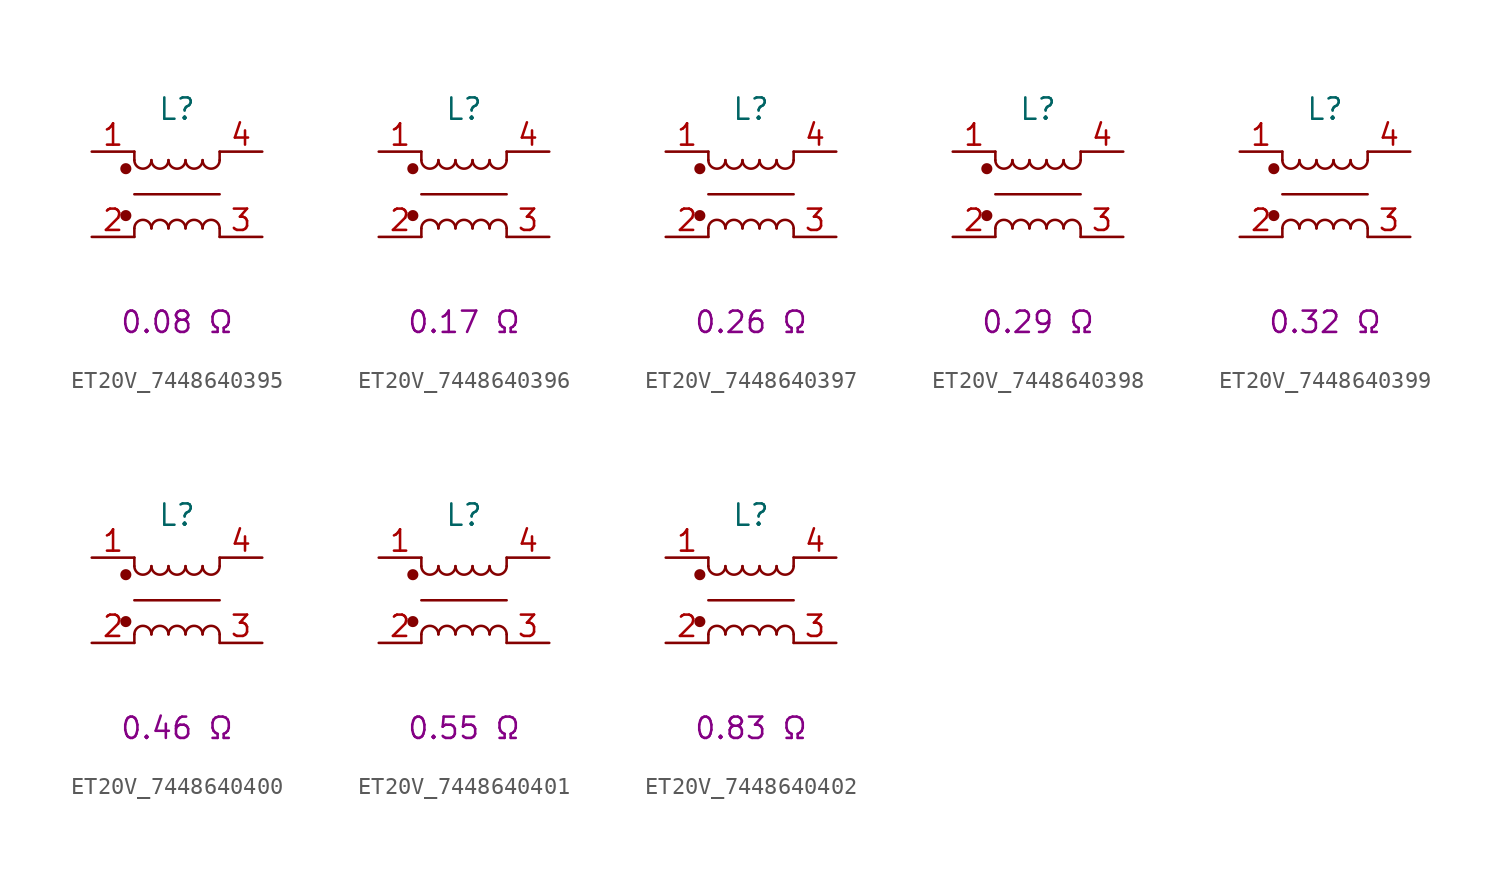
<source format=kicad_sym>
(kicad_symbol_lib
  (version 20220914)
  (generator kicad_symbol_editor)
  (symbol "ET20V_7448640395"
    (pin_names hide)
    (property "Reference" "L"
      (at 0 5.08 0)
      (effects (font (size 1.27 1.27))))
    (property "Critical Parameter" "0.08 Ω"
      (at 0 -7.62 0)
      (effects (font (size 1.27 1.27))))
    (symbol "ET20V_7448640395_0_1"
      (circle (center -3.048 -1.27) (radius 0.254) (stroke (width 0) (type default)) (fill (type outline)))
      (circle (center -3.048 1.524) (radius 0.254) (stroke (width 0) (type default)) (fill (type outline)))
      (arc (start -2.54 2.032) (mid -2.032 1.5262) (end -1.524 2.032) (stroke (width 0) (type default)) (fill (type none)))
      (arc (start -1.524 -2.032) (mid -2.032 -1.5262) (end -2.54 -2.032) (stroke (width 0) (type default)) (fill (type none)))
      (arc (start -1.524 2.032) (mid -1.016 1.5262) (end -0.508 2.032) (stroke (width 0) (type default)) (fill (type none)))
      (arc (start -0.508 -2.032) (mid -1.016 -1.5262) (end -1.524 -2.032) (stroke (width 0) (type default)) (fill (type none)))
      (arc (start -0.508 2.032) (mid 0 1.5262) (end 0.508 2.032) (stroke (width 0) (type default)) (fill (type none)))
      (polyline (pts (xy -2.54 -2.032) (xy -2.54 -2.54)) (stroke (width 0) (type default)) (fill (type none)))
      (polyline (pts (xy -2.54 2.032) (xy -2.54 2.54)) (stroke (width 0) (type default)) (fill (type none)))
      (polyline (pts (xy 2.54 -2.032) (xy 2.54 -2.54)) (stroke (width 0) (type default)) (fill (type none)))
      (polyline (pts (xy 2.54 0) (xy -2.54 0)) (stroke (width 0) (type default)) (fill (type none)))
      (polyline (pts (xy 2.54 2.54) (xy 2.54 2.032)) (stroke (width 0) (type default)) (fill (type none)))
      (arc (start 0.508 -2.032) (mid 0 -1.5262) (end -0.508 -2.032) (stroke (width 0) (type default)) (fill (type none)))
      (arc (start 0.508 2.032) (mid 1.016 1.5262) (end 1.524 2.032) (stroke (width 0) (type default)) (fill (type none)))
      (arc (start 1.524 -2.032) (mid 1.016 -1.5262) (end 0.508 -2.032) (stroke (width 0) (type default)) (fill (type none)))
      (arc (start 1.524 2.032) (mid 2.032 1.5262) (end 2.54 2.032) (stroke (width 0) (type default)) (fill (type none)))
      (arc (start 2.54 -2.032) (mid 2.032 -1.5262) (end 1.524 -2.032) (stroke (width 0) (type default)) (fill (type none))))
    (symbol "ET20V_7448640395_1_1"
      (pin passive line (at -5.08 2.54 0) (length 2.54) (name "1" (effects (font (size 1.27 1.27)))) (number "1" (effects (font (size 1.27 1.27)))))
      (pin passive line (at -5.08 -2.54 0) (length 2.54) (name "2" (effects (font (size 1.27 1.27)))) (number "2" (effects (font (size 1.27 1.27)))))
      (pin passive line (at 5.08 -2.54 180) (length 2.54) (name "3" (effects (font (size 1.27 1.27)))) (number "3" (effects (font (size 1.27 1.27)))))
      (pin passive line (at 5.08 2.54 180) (length 2.54) (name "4" (effects (font (size 1.27 1.27)))) (number "4" (effects (font (size 1.27 1.27)))))))
  (symbol "ET20V_7448640396"
    (pin_names hide)
    (property "Reference" "L"
      (at 0 5.08 0)
      (effects (font (size 1.27 1.27))))
    (property "Critical Parameter" "0.17 Ω"
      (at 0 -7.62 0)
      (effects (font (size 1.27 1.27))))
    (symbol "ET20V_7448640396_0_1"
      (circle (center -3.048 -1.27) (radius 0.254) (stroke (width 0) (type default)) (fill (type outline)))
      (circle (center -3.048 1.524) (radius 0.254) (stroke (width 0) (type default)) (fill (type outline)))
      (arc (start -2.54 2.032) (mid -2.032 1.5262) (end -1.524 2.032) (stroke (width 0) (type default)) (fill (type none)))
      (arc (start -1.524 -2.032) (mid -2.032 -1.5262) (end -2.54 -2.032) (stroke (width 0) (type default)) (fill (type none)))
      (arc (start -1.524 2.032) (mid -1.016 1.5262) (end -0.508 2.032) (stroke (width 0) (type default)) (fill (type none)))
      (arc (start -0.508 -2.032) (mid -1.016 -1.5262) (end -1.524 -2.032) (stroke (width 0) (type default)) (fill (type none)))
      (arc (start -0.508 2.032) (mid 0 1.5262) (end 0.508 2.032) (stroke (width 0) (type default)) (fill (type none)))
      (polyline (pts (xy -2.54 -2.032) (xy -2.54 -2.54)) (stroke (width 0) (type default)) (fill (type none)))
      (polyline (pts (xy -2.54 2.032) (xy -2.54 2.54)) (stroke (width 0) (type default)) (fill (type none)))
      (polyline (pts (xy 2.54 -2.032) (xy 2.54 -2.54)) (stroke (width 0) (type default)) (fill (type none)))
      (polyline (pts (xy 2.54 0) (xy -2.54 0)) (stroke (width 0) (type default)) (fill (type none)))
      (polyline (pts (xy 2.54 2.54) (xy 2.54 2.032)) (stroke (width 0) (type default)) (fill (type none)))
      (arc (start 0.508 -2.032) (mid 0 -1.5262) (end -0.508 -2.032) (stroke (width 0) (type default)) (fill (type none)))
      (arc (start 0.508 2.032) (mid 1.016 1.5262) (end 1.524 2.032) (stroke (width 0) (type default)) (fill (type none)))
      (arc (start 1.524 -2.032) (mid 1.016 -1.5262) (end 0.508 -2.032) (stroke (width 0) (type default)) (fill (type none)))
      (arc (start 1.524 2.032) (mid 2.032 1.5262) (end 2.54 2.032) (stroke (width 0) (type default)) (fill (type none)))
      (arc (start 2.54 -2.032) (mid 2.032 -1.5262) (end 1.524 -2.032) (stroke (width 0) (type default)) (fill (type none))))
    (symbol "ET20V_7448640396_1_1"
      (pin passive line (at -5.08 2.54 0) (length 2.54) (name "1" (effects (font (size 1.27 1.27)))) (number "1" (effects (font (size 1.27 1.27)))))
      (pin passive line (at -5.08 -2.54 0) (length 2.54) (name "2" (effects (font (size 1.27 1.27)))) (number "2" (effects (font (size 1.27 1.27)))))
      (pin passive line (at 5.08 -2.54 180) (length 2.54) (name "3" (effects (font (size 1.27 1.27)))) (number "3" (effects (font (size 1.27 1.27)))))
      (pin passive line (at 5.08 2.54 180) (length 2.54) (name "4" (effects (font (size 1.27 1.27)))) (number "4" (effects (font (size 1.27 1.27)))))))
  (symbol "ET20V_7448640397"
    (pin_names hide)
    (property "Reference" "L"
      (at 0 5.08 0)
      (effects (font (size 1.27 1.27))))
    (property "Critical Parameter" "0.26 Ω"
      (at 0 -7.62 0)
      (effects (font (size 1.27 1.27))))
    (symbol "ET20V_7448640397_0_1"
      (circle (center -3.048 -1.27) (radius 0.254) (stroke (width 0) (type default)) (fill (type outline)))
      (circle (center -3.048 1.524) (radius 0.254) (stroke (width 0) (type default)) (fill (type outline)))
      (arc (start -2.54 2.032) (mid -2.032 1.5262) (end -1.524 2.032) (stroke (width 0) (type default)) (fill (type none)))
      (arc (start -1.524 -2.032) (mid -2.032 -1.5262) (end -2.54 -2.032) (stroke (width 0) (type default)) (fill (type none)))
      (arc (start -1.524 2.032) (mid -1.016 1.5262) (end -0.508 2.032) (stroke (width 0) (type default)) (fill (type none)))
      (arc (start -0.508 -2.032) (mid -1.016 -1.5262) (end -1.524 -2.032) (stroke (width 0) (type default)) (fill (type none)))
      (arc (start -0.508 2.032) (mid 0 1.5262) (end 0.508 2.032) (stroke (width 0) (type default)) (fill (type none)))
      (polyline (pts (xy -2.54 -2.032) (xy -2.54 -2.54)) (stroke (width 0) (type default)) (fill (type none)))
      (polyline (pts (xy -2.54 2.032) (xy -2.54 2.54)) (stroke (width 0) (type default)) (fill (type none)))
      (polyline (pts (xy 2.54 -2.032) (xy 2.54 -2.54)) (stroke (width 0) (type default)) (fill (type none)))
      (polyline (pts (xy 2.54 0) (xy -2.54 0)) (stroke (width 0) (type default)) (fill (type none)))
      (polyline (pts (xy 2.54 2.54) (xy 2.54 2.032)) (stroke (width 0) (type default)) (fill (type none)))
      (arc (start 0.508 -2.032) (mid 0 -1.5262) (end -0.508 -2.032) (stroke (width 0) (type default)) (fill (type none)))
      (arc (start 0.508 2.032) (mid 1.016 1.5262) (end 1.524 2.032) (stroke (width 0) (type default)) (fill (type none)))
      (arc (start 1.524 -2.032) (mid 1.016 -1.5262) (end 0.508 -2.032) (stroke (width 0) (type default)) (fill (type none)))
      (arc (start 1.524 2.032) (mid 2.032 1.5262) (end 2.54 2.032) (stroke (width 0) (type default)) (fill (type none)))
      (arc (start 2.54 -2.032) (mid 2.032 -1.5262) (end 1.524 -2.032) (stroke (width 0) (type default)) (fill (type none))))
    (symbol "ET20V_7448640397_1_1"
      (pin passive line (at -5.08 2.54 0) (length 2.54) (name "1" (effects (font (size 1.27 1.27)))) (number "1" (effects (font (size 1.27 1.27)))))
      (pin passive line (at -5.08 -2.54 0) (length 2.54) (name "2" (effects (font (size 1.27 1.27)))) (number "2" (effects (font (size 1.27 1.27)))))
      (pin passive line (at 5.08 -2.54 180) (length 2.54) (name "3" (effects (font (size 1.27 1.27)))) (number "3" (effects (font (size 1.27 1.27)))))
      (pin passive line (at 5.08 2.54 180) (length 2.54) (name "4" (effects (font (size 1.27 1.27)))) (number "4" (effects (font (size 1.27 1.27)))))))
  (symbol "ET20V_7448640398"
    (pin_names hide)
    (property "Reference" "L"
      (at 0 5.08 0)
      (effects (font (size 1.27 1.27))))
    (property "Critical Parameter" "0.29 Ω"
      (at 0 -7.62 0)
      (effects (font (size 1.27 1.27))))
    (symbol "ET20V_7448640398_0_1"
      (circle (center -3.048 -1.27) (radius 0.254) (stroke (width 0) (type default)) (fill (type outline)))
      (circle (center -3.048 1.524) (radius 0.254) (stroke (width 0) (type default)) (fill (type outline)))
      (arc (start -2.54 2.032) (mid -2.032 1.5262) (end -1.524 2.032) (stroke (width 0) (type default)) (fill (type none)))
      (arc (start -1.524 -2.032) (mid -2.032 -1.5262) (end -2.54 -2.032) (stroke (width 0) (type default)) (fill (type none)))
      (arc (start -1.524 2.032) (mid -1.016 1.5262) (end -0.508 2.032) (stroke (width 0) (type default)) (fill (type none)))
      (arc (start -0.508 -2.032) (mid -1.016 -1.5262) (end -1.524 -2.032) (stroke (width 0) (type default)) (fill (type none)))
      (arc (start -0.508 2.032) (mid 0 1.5262) (end 0.508 2.032) (stroke (width 0) (type default)) (fill (type none)))
      (polyline (pts (xy -2.54 -2.032) (xy -2.54 -2.54)) (stroke (width 0) (type default)) (fill (type none)))
      (polyline (pts (xy -2.54 2.032) (xy -2.54 2.54)) (stroke (width 0) (type default)) (fill (type none)))
      (polyline (pts (xy 2.54 -2.032) (xy 2.54 -2.54)) (stroke (width 0) (type default)) (fill (type none)))
      (polyline (pts (xy 2.54 0) (xy -2.54 0)) (stroke (width 0) (type default)) (fill (type none)))
      (polyline (pts (xy 2.54 2.54) (xy 2.54 2.032)) (stroke (width 0) (type default)) (fill (type none)))
      (arc (start 0.508 -2.032) (mid 0 -1.5262) (end -0.508 -2.032) (stroke (width 0) (type default)) (fill (type none)))
      (arc (start 0.508 2.032) (mid 1.016 1.5262) (end 1.524 2.032) (stroke (width 0) (type default)) (fill (type none)))
      (arc (start 1.524 -2.032) (mid 1.016 -1.5262) (end 0.508 -2.032) (stroke (width 0) (type default)) (fill (type none)))
      (arc (start 1.524 2.032) (mid 2.032 1.5262) (end 2.54 2.032) (stroke (width 0) (type default)) (fill (type none)))
      (arc (start 2.54 -2.032) (mid 2.032 -1.5262) (end 1.524 -2.032) (stroke (width 0) (type default)) (fill (type none))))
    (symbol "ET20V_7448640398_1_1"
      (pin passive line (at -5.08 2.54 0) (length 2.54) (name "1" (effects (font (size 1.27 1.27)))) (number "1" (effects (font (size 1.27 1.27)))))
      (pin passive line (at -5.08 -2.54 0) (length 2.54) (name "2" (effects (font (size 1.27 1.27)))) (number "2" (effects (font (size 1.27 1.27)))))
      (pin passive line (at 5.08 -2.54 180) (length 2.54) (name "3" (effects (font (size 1.27 1.27)))) (number "3" (effects (font (size 1.27 1.27)))))
      (pin passive line (at 5.08 2.54 180) (length 2.54) (name "4" (effects (font (size 1.27 1.27)))) (number "4" (effects (font (size 1.27 1.27)))))))
  (symbol "ET20V_7448640399"
    (pin_names hide)
    (property "Reference" "L"
      (at 0 5.08 0)
      (effects (font (size 1.27 1.27))))
    (property "Critical Parameter" "0.32 Ω"
      (at 0 -7.62 0)
      (effects (font (size 1.27 1.27))))
    (symbol "ET20V_7448640399_0_1"
      (circle (center -3.048 -1.27) (radius 0.254) (stroke (width 0) (type default)) (fill (type outline)))
      (circle (center -3.048 1.524) (radius 0.254) (stroke (width 0) (type default)) (fill (type outline)))
      (arc (start -2.54 2.032) (mid -2.032 1.5262) (end -1.524 2.032) (stroke (width 0) (type default)) (fill (type none)))
      (arc (start -1.524 -2.032) (mid -2.032 -1.5262) (end -2.54 -2.032) (stroke (width 0) (type default)) (fill (type none)))
      (arc (start -1.524 2.032) (mid -1.016 1.5262) (end -0.508 2.032) (stroke (width 0) (type default)) (fill (type none)))
      (arc (start -0.508 -2.032) (mid -1.016 -1.5262) (end -1.524 -2.032) (stroke (width 0) (type default)) (fill (type none)))
      (arc (start -0.508 2.032) (mid 0 1.5262) (end 0.508 2.032) (stroke (width 0) (type default)) (fill (type none)))
      (polyline (pts (xy -2.54 -2.032) (xy -2.54 -2.54)) (stroke (width 0) (type default)) (fill (type none)))
      (polyline (pts (xy -2.54 2.032) (xy -2.54 2.54)) (stroke (width 0) (type default)) (fill (type none)))
      (polyline (pts (xy 2.54 -2.032) (xy 2.54 -2.54)) (stroke (width 0) (type default)) (fill (type none)))
      (polyline (pts (xy 2.54 0) (xy -2.54 0)) (stroke (width 0) (type default)) (fill (type none)))
      (polyline (pts (xy 2.54 2.54) (xy 2.54 2.032)) (stroke (width 0) (type default)) (fill (type none)))
      (arc (start 0.508 -2.032) (mid 0 -1.5262) (end -0.508 -2.032) (stroke (width 0) (type default)) (fill (type none)))
      (arc (start 0.508 2.032) (mid 1.016 1.5262) (end 1.524 2.032) (stroke (width 0) (type default)) (fill (type none)))
      (arc (start 1.524 -2.032) (mid 1.016 -1.5262) (end 0.508 -2.032) (stroke (width 0) (type default)) (fill (type none)))
      (arc (start 1.524 2.032) (mid 2.032 1.5262) (end 2.54 2.032) (stroke (width 0) (type default)) (fill (type none)))
      (arc (start 2.54 -2.032) (mid 2.032 -1.5262) (end 1.524 -2.032) (stroke (width 0) (type default)) (fill (type none))))
    (symbol "ET20V_7448640399_1_1"
      (pin passive line (at -5.08 2.54 0) (length 2.54) (name "1" (effects (font (size 1.27 1.27)))) (number "1" (effects (font (size 1.27 1.27)))))
      (pin passive line (at -5.08 -2.54 0) (length 2.54) (name "2" (effects (font (size 1.27 1.27)))) (number "2" (effects (font (size 1.27 1.27)))))
      (pin passive line (at 5.08 -2.54 180) (length 2.54) (name "3" (effects (font (size 1.27 1.27)))) (number "3" (effects (font (size 1.27 1.27)))))
      (pin passive line (at 5.08 2.54 180) (length 2.54) (name "4" (effects (font (size 1.27 1.27)))) (number "4" (effects (font (size 1.27 1.27)))))))
  (symbol "ET20V_7448640400"
    (pin_names hide)
    (property "Reference" "L"
      (at 0 5.08 0)
      (effects (font (size 1.27 1.27))))
    (property "Critical Parameter" "0.46 Ω"
      (at 0 -7.62 0)
      (effects (font (size 1.27 1.27))))
    (symbol "ET20V_7448640400_0_1"
      (circle (center -3.048 -1.27) (radius 0.254) (stroke (width 0) (type default)) (fill (type outline)))
      (circle (center -3.048 1.524) (radius 0.254) (stroke (width 0) (type default)) (fill (type outline)))
      (arc (start -2.54 2.032) (mid -2.032 1.5262) (end -1.524 2.032) (stroke (width 0) (type default)) (fill (type none)))
      (arc (start -1.524 -2.032) (mid -2.032 -1.5262) (end -2.54 -2.032) (stroke (width 0) (type default)) (fill (type none)))
      (arc (start -1.524 2.032) (mid -1.016 1.5262) (end -0.508 2.032) (stroke (width 0) (type default)) (fill (type none)))
      (arc (start -0.508 -2.032) (mid -1.016 -1.5262) (end -1.524 -2.032) (stroke (width 0) (type default)) (fill (type none)))
      (arc (start -0.508 2.032) (mid 0 1.5262) (end 0.508 2.032) (stroke (width 0) (type default)) (fill (type none)))
      (polyline (pts (xy -2.54 -2.032) (xy -2.54 -2.54)) (stroke (width 0) (type default)) (fill (type none)))
      (polyline (pts (xy -2.54 2.032) (xy -2.54 2.54)) (stroke (width 0) (type default)) (fill (type none)))
      (polyline (pts (xy 2.54 -2.032) (xy 2.54 -2.54)) (stroke (width 0) (type default)) (fill (type none)))
      (polyline (pts (xy 2.54 0) (xy -2.54 0)) (stroke (width 0) (type default)) (fill (type none)))
      (polyline (pts (xy 2.54 2.54) (xy 2.54 2.032)) (stroke (width 0) (type default)) (fill (type none)))
      (arc (start 0.508 -2.032) (mid 0 -1.5262) (end -0.508 -2.032) (stroke (width 0) (type default)) (fill (type none)))
      (arc (start 0.508 2.032) (mid 1.016 1.5262) (end 1.524 2.032) (stroke (width 0) (type default)) (fill (type none)))
      (arc (start 1.524 -2.032) (mid 1.016 -1.5262) (end 0.508 -2.032) (stroke (width 0) (type default)) (fill (type none)))
      (arc (start 1.524 2.032) (mid 2.032 1.5262) (end 2.54 2.032) (stroke (width 0) (type default)) (fill (type none)))
      (arc (start 2.54 -2.032) (mid 2.032 -1.5262) (end 1.524 -2.032) (stroke (width 0) (type default)) (fill (type none))))
    (symbol "ET20V_7448640400_1_1"
      (pin passive line (at -5.08 2.54 0) (length 2.54) (name "1" (effects (font (size 1.27 1.27)))) (number "1" (effects (font (size 1.27 1.27)))))
      (pin passive line (at -5.08 -2.54 0) (length 2.54) (name "2" (effects (font (size 1.27 1.27)))) (number "2" (effects (font (size 1.27 1.27)))))
      (pin passive line (at 5.08 -2.54 180) (length 2.54) (name "3" (effects (font (size 1.27 1.27)))) (number "3" (effects (font (size 1.27 1.27)))))
      (pin passive line (at 5.08 2.54 180) (length 2.54) (name "4" (effects (font (size 1.27 1.27)))) (number "4" (effects (font (size 1.27 1.27)))))))
  (symbol "ET20V_7448640401"
    (pin_names hide)
    (property "Reference" "L"
      (at 0 5.08 0)
      (effects (font (size 1.27 1.27))))
    (property "Critical Parameter" "0.55 Ω"
      (at 0 -7.62 0)
      (effects (font (size 1.27 1.27))))
    (symbol "ET20V_7448640401_0_1"
      (circle (center -3.048 -1.27) (radius 0.254) (stroke (width 0) (type default)) (fill (type outline)))
      (circle (center -3.048 1.524) (radius 0.254) (stroke (width 0) (type default)) (fill (type outline)))
      (arc (start -2.54 2.032) (mid -2.032 1.5262) (end -1.524 2.032) (stroke (width 0) (type default)) (fill (type none)))
      (arc (start -1.524 -2.032) (mid -2.032 -1.5262) (end -2.54 -2.032) (stroke (width 0) (type default)) (fill (type none)))
      (arc (start -1.524 2.032) (mid -1.016 1.5262) (end -0.508 2.032) (stroke (width 0) (type default)) (fill (type none)))
      (arc (start -0.508 -2.032) (mid -1.016 -1.5262) (end -1.524 -2.032) (stroke (width 0) (type default)) (fill (type none)))
      (arc (start -0.508 2.032) (mid 0 1.5262) (end 0.508 2.032) (stroke (width 0) (type default)) (fill (type none)))
      (polyline (pts (xy -2.54 -2.032) (xy -2.54 -2.54)) (stroke (width 0) (type default)) (fill (type none)))
      (polyline (pts (xy -2.54 2.032) (xy -2.54 2.54)) (stroke (width 0) (type default)) (fill (type none)))
      (polyline (pts (xy 2.54 -2.032) (xy 2.54 -2.54)) (stroke (width 0) (type default)) (fill (type none)))
      (polyline (pts (xy 2.54 0) (xy -2.54 0)) (stroke (width 0) (type default)) (fill (type none)))
      (polyline (pts (xy 2.54 2.54) (xy 2.54 2.032)) (stroke (width 0) (type default)) (fill (type none)))
      (arc (start 0.508 -2.032) (mid 0 -1.5262) (end -0.508 -2.032) (stroke (width 0) (type default)) (fill (type none)))
      (arc (start 0.508 2.032) (mid 1.016 1.5262) (end 1.524 2.032) (stroke (width 0) (type default)) (fill (type none)))
      (arc (start 1.524 -2.032) (mid 1.016 -1.5262) (end 0.508 -2.032) (stroke (width 0) (type default)) (fill (type none)))
      (arc (start 1.524 2.032) (mid 2.032 1.5262) (end 2.54 2.032) (stroke (width 0) (type default)) (fill (type none)))
      (arc (start 2.54 -2.032) (mid 2.032 -1.5262) (end 1.524 -2.032) (stroke (width 0) (type default)) (fill (type none))))
    (symbol "ET20V_7448640401_1_1"
      (pin passive line (at -5.08 2.54 0) (length 2.54) (name "1" (effects (font (size 1.27 1.27)))) (number "1" (effects (font (size 1.27 1.27)))))
      (pin passive line (at -5.08 -2.54 0) (length 2.54) (name "2" (effects (font (size 1.27 1.27)))) (number "2" (effects (font (size 1.27 1.27)))))
      (pin passive line (at 5.08 -2.54 180) (length 2.54) (name "3" (effects (font (size 1.27 1.27)))) (number "3" (effects (font (size 1.27 1.27)))))
      (pin passive line (at 5.08 2.54 180) (length 2.54) (name "4" (effects (font (size 1.27 1.27)))) (number "4" (effects (font (size 1.27 1.27)))))))
  (symbol "ET20V_7448640402"
    (pin_names hide)
    (property "Reference" "L"
      (at 0 5.08 0)
      (effects (font (size 1.27 1.27))))
    (property "Critical Parameter" "0.83 Ω"
      (at 0 -7.62 0)
      (effects (font (size 1.27 1.27))))
    (symbol "ET20V_7448640402_0_1"
      (circle (center -3.048 -1.27) (radius 0.254) (stroke (width 0) (type default)) (fill (type outline)))
      (circle (center -3.048 1.524) (radius 0.254) (stroke (width 0) (type default)) (fill (type outline)))
      (arc (start -2.54 2.032) (mid -2.032 1.5262) (end -1.524 2.032) (stroke (width 0) (type default)) (fill (type none)))
      (arc (start -1.524 -2.032) (mid -2.032 -1.5262) (end -2.54 -2.032) (stroke (width 0) (type default)) (fill (type none)))
      (arc (start -1.524 2.032) (mid -1.016 1.5262) (end -0.508 2.032) (stroke (width 0) (type default)) (fill (type none)))
      (arc (start -0.508 -2.032) (mid -1.016 -1.5262) (end -1.524 -2.032) (stroke (width 0) (type default)) (fill (type none)))
      (arc (start -0.508 2.032) (mid 0 1.5262) (end 0.508 2.032) (stroke (width 0) (type default)) (fill (type none)))
      (polyline (pts (xy -2.54 -2.032) (xy -2.54 -2.54)) (stroke (width 0) (type default)) (fill (type none)))
      (polyline (pts (xy -2.54 2.032) (xy -2.54 2.54)) (stroke (width 0) (type default)) (fill (type none)))
      (polyline (pts (xy 2.54 -2.032) (xy 2.54 -2.54)) (stroke (width 0) (type default)) (fill (type none)))
      (polyline (pts (xy 2.54 0) (xy -2.54 0)) (stroke (width 0) (type default)) (fill (type none)))
      (polyline (pts (xy 2.54 2.54) (xy 2.54 2.032)) (stroke (width 0) (type default)) (fill (type none)))
      (arc (start 0.508 -2.032) (mid 0 -1.5262) (end -0.508 -2.032) (stroke (width 0) (type default)) (fill (type none)))
      (arc (start 0.508 2.032) (mid 1.016 1.5262) (end 1.524 2.032) (stroke (width 0) (type default)) (fill (type none)))
      (arc (start 1.524 -2.032) (mid 1.016 -1.5262) (end 0.508 -2.032) (stroke (width 0) (type default)) (fill (type none)))
      (arc (start 1.524 2.032) (mid 2.032 1.5262) (end 2.54 2.032) (stroke (width 0) (type default)) (fill (type none)))
      (arc (start 2.54 -2.032) (mid 2.032 -1.5262) (end 1.524 -2.032) (stroke (width 0) (type default)) (fill (type none))))
    (symbol "ET20V_7448640402_1_1"
      (pin passive line (at -5.08 2.54 0) (length 2.54) (name "1" (effects (font (size 1.27 1.27)))) (number "1" (effects (font (size 1.27 1.27)))))
      (pin passive line (at -5.08 -2.54 0) (length 2.54) (name "2" (effects (font (size 1.27 1.27)))) (number "2" (effects (font (size 1.27 1.27)))))
      (pin passive line (at 5.08 -2.54 180) (length 2.54) (name "3" (effects (font (size 1.27 1.27)))) (number "3" (effects (font (size 1.27 1.27)))))
      (pin passive line (at 5.08 2.54 180) (length 2.54) (name "4" (effects (font (size 1.27 1.27)))) (number "4" (effects (font (size 1.27 1.27))))))))
</source>
